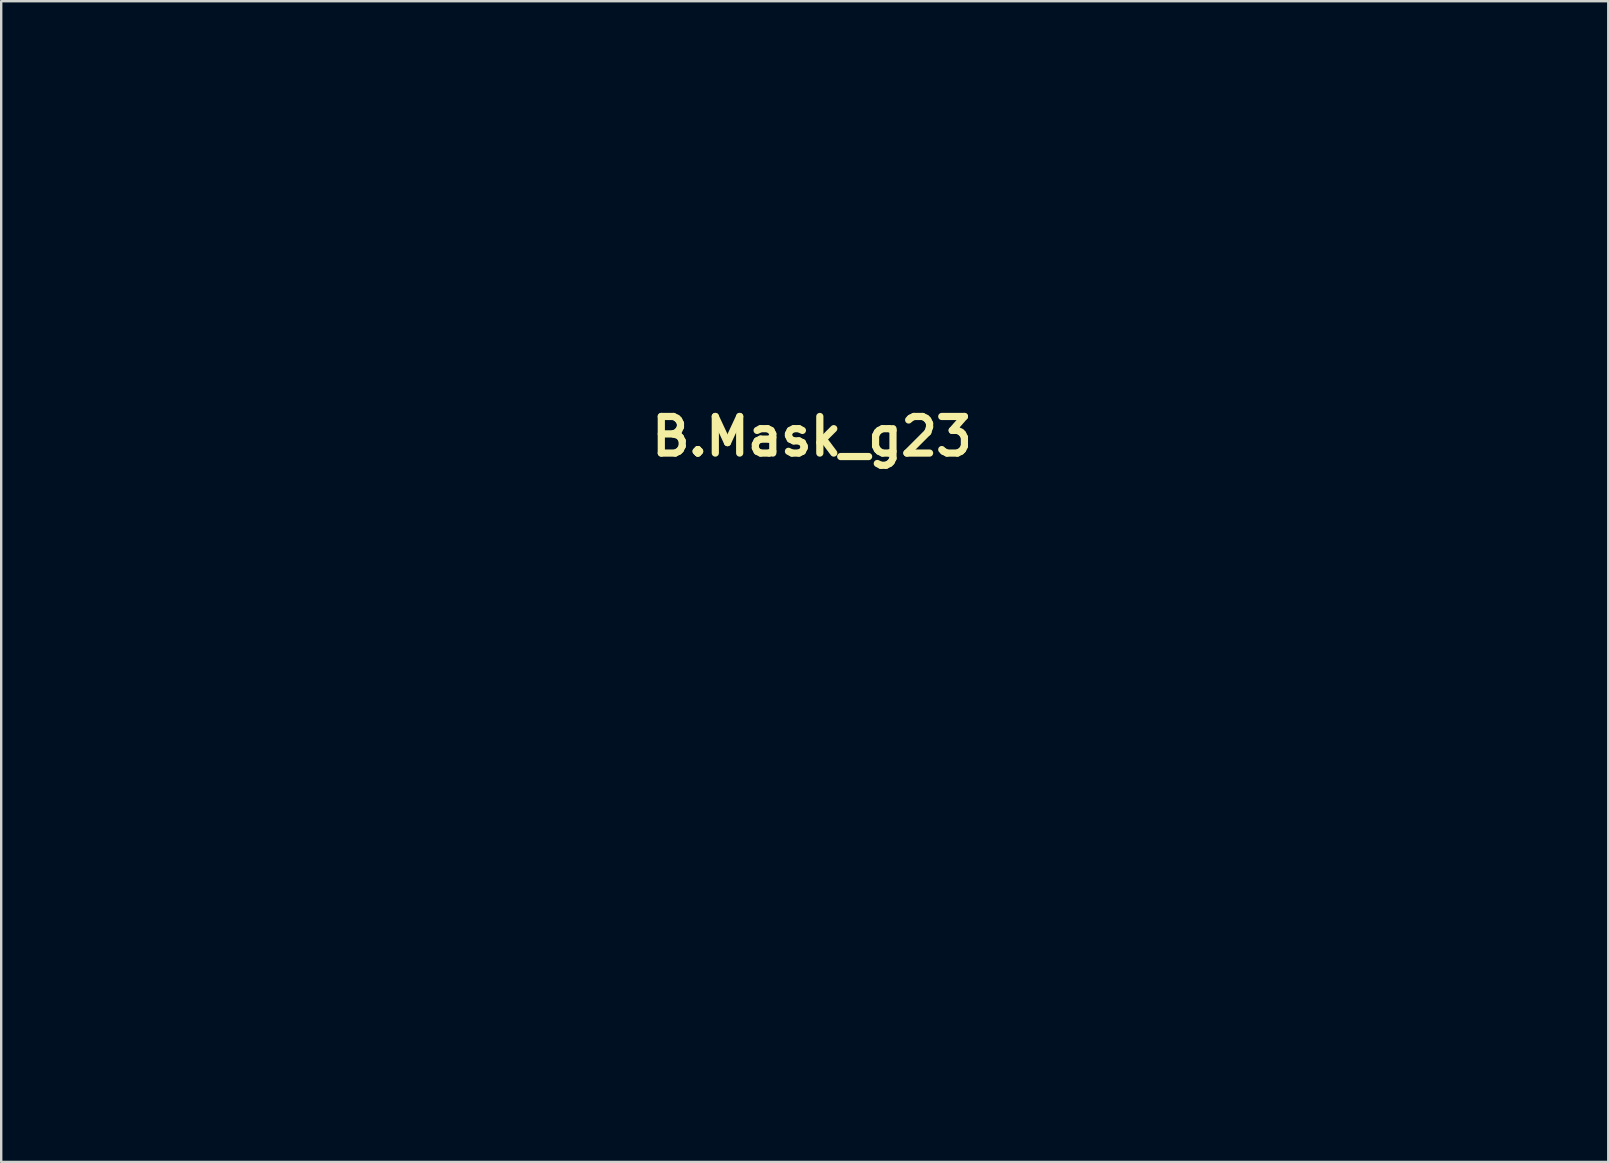
<source format=kicad_pcb>
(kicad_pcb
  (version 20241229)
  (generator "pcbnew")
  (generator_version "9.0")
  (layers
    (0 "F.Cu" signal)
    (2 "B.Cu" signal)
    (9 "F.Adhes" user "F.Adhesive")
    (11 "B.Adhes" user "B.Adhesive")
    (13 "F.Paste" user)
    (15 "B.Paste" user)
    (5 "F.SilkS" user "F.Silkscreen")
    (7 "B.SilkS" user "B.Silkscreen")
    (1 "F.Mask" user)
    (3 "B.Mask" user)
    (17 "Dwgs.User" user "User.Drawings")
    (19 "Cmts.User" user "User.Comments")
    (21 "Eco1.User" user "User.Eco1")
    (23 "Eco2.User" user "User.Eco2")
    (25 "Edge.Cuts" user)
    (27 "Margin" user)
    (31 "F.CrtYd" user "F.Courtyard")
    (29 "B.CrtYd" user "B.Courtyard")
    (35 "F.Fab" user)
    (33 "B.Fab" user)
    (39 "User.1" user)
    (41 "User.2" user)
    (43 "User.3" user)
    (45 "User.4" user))
  (footprint "B.Mask_g23"
    (layer "F.Cu")
    (at 30.777 15.135)
    (property "Reference" "B.Mask_g23" (at 0 0 0) (layer "F.SilkS") (effects (font (size 1.524 1.524) (thickness 0.3))))
    (attr through_hole)
    (fp_poly (pts (xy 15.767 4.293) (xy 15.942 4.655) (xy 16.114 5.047) (xy 16.28 5.459) (xy 16.434 5.878) (xy 16.573 6.294) (xy 16.691 6.695) (xy 16.698 6.72) (xy 16.832 7.266) (xy 16.932 7.791) (xy 16.997 8.295) (xy 17.028 8.779) (xy 17.025 9.24) (xy 16.988 9.68) (xy 16.917 10.096) (xy 16.812 10.49) (xy 16.673 10.859) (xy 16.5 11.204) (xy 16.374 11.407) (xy 16.154 11.7) (xy 15.899 11.971) (xy 15.615 12.219) (xy 15.303 12.44) (xy 14.967 12.632) (xy 14.612 12.794) (xy 14.241 12.924) (xy 13.856 13.018) (xy 13.801 13.028) (xy 13.669 13.046) (xy 13.505 13.06) (xy 13.322 13.069) (xy 13.13 13.073) (xy 12.941 13.072) (xy 12.764 13.066) (xy 12.612 13.055) (xy 12.552 13.048) (xy 12.112 12.967) (xy 11.671 12.848) (xy 11.227 12.691) (xy 10.78 12.496) (xy 10.329 12.261) (xy 9.872 11.986) (xy 9.41 11.672) (xy 8.941 11.317) (xy 8.464 10.921) (xy 8.412 10.876) (xy 8.297 10.773) (xy 8.171 10.656) (xy 8.036 10.527) (xy 7.896 10.391) (xy 7.754 10.249) (xy 7.613 10.106) (xy 7.477 9.965) (xy 7.348 9.829) (xy 7.229 9.702) (xy 7.124 9.587) (xy 7.036 9.486) (xy 6.969 9.404) (xy 6.924 9.344) (xy 6.907 9.309) (xy 6.907 9.305) (xy 6.925 9.292) (xy 6.979 9.26) (xy 7.066 9.207) (xy 7.185 9.136) (xy 7.334 9.048) (xy 7.512 8.943) (xy 7.716 8.822) (xy 7.947 8.686) (xy 8.201 8.537) (xy 8.477 8.374) (xy 8.775 8.199) (xy 9.091 8.014) (xy 9.425 7.818) (xy 9.775 7.613) (xy 10.139 7.399) (xy 10.517 7.179) (xy 10.905 6.951) (xy 11.303 6.719) (xy 11.304 6.718) (xy 15.695 4.152) (xy 15.767 4.293)) (stroke (width 0.01) (type solid)) (fill yes) (layer "B.Mask"))
    (fp_poly (pts (xy -14.35 4.442) (xy -14.295 4.459) (xy -14.214 4.489) (xy -14.114 4.53) (xy -14.021 4.569) (xy -13.943 4.603) (xy -13.866 4.636) (xy -13.787 4.671) (xy -13.701 4.708) (xy -13.606 4.749) (xy -13.497 4.797) (xy -13.372 4.852) (xy -13.225 4.915) (xy -13.054 4.99) (xy -12.856 5.076) (xy -12.625 5.177) (xy -12.361 5.292) (xy -12.281 5.327) (xy -12.166 5.377) (xy -12.017 5.442) (xy -11.839 5.519) (xy -11.635 5.608) (xy -11.408 5.707) (xy -11.16 5.815) (xy -10.895 5.93) (xy -10.617 6.051) (xy -10.327 6.177) (xy -10.03 6.307) (xy -9.728 6.438) (xy -9.425 6.57) (xy -9.123 6.701) (xy -8.826 6.831) (xy -8.537 6.956) (xy -8.259 7.078) (xy -7.995 7.193) (xy -7.748 7.3) (xy -7.521 7.399) (xy -7.317 7.487) (xy -7.14 7.564) (xy -6.993 7.628) (xy -6.878 7.678) (xy -6.869 7.682) (xy -6.751 7.734) (xy -6.601 7.799) (xy -6.428 7.874) (xy -6.239 7.956) (xy -6.04 8.042) (xy -5.84 8.129) (xy -5.647 8.214) (xy -5.646 8.214) (xy -5.474 8.289) (xy -5.315 8.36) (xy -5.172 8.424) (xy -5.05 8.481) (xy -4.954 8.527) (xy -4.886 8.561) (xy -4.851 8.581) (xy -4.847 8.584) (xy -4.859 8.61) (xy -4.892 8.665) (xy -4.943 8.743) (xy -5.008 8.84) (xy -5.083 8.949) (xy -5.165 9.065) (xy -5.25 9.184) (xy -5.334 9.3) (xy -5.407 9.398) (xy -5.807 9.907) (xy -6.214 10.382) (xy -6.627 10.823) (xy -7.046 11.23) (xy -7.469 11.6) (xy -7.894 11.934) (xy -8.321 12.23) (xy -8.749 12.487) (xy -9.177 12.706) (xy -9.603 12.884) (xy -10.026 13.021) (xy -10.128 13.047) (xy -10.374 13.1) (xy -10.639 13.14) (xy -10.91 13.167) (xy -11.174 13.179) (xy -11.42 13.176) (xy -11.557 13.165) (xy -11.974 13.101) (xy -12.381 12.994) (xy -12.779 12.847) (xy -13.028 12.732) (xy -13.289 12.591) (xy -13.52 12.445) (xy -13.733 12.284) (xy -13.911 12.128) (xy -14.176 11.855) (xy -14.409 11.552) (xy -14.613 11.22) (xy -14.786 10.861) (xy -14.928 10.475) (xy -15.04 10.061) (xy -15.121 9.621) (xy -15.171 9.156) (xy -15.191 8.666) (xy -15.179 8.151) (xy -15.136 7.612) (xy -15.062 7.05) (xy -14.956 6.465) (xy -14.899 6.198) (xy -14.865 6.05) (xy -14.824 5.887) (xy -14.778 5.712) (xy -14.728 5.53) (xy -14.676 5.347) (xy -14.624 5.168) (xy -14.572 4.997) (xy -14.523 4.84) (xy -14.478 4.702) (xy -14.438 4.587) (xy -14.405 4.501) (xy -14.381 4.45) (xy -14.374 4.439) (xy -14.35 4.442)) (stroke (width 0.01) (type solid)) (fill yes) (layer "B.Mask"))
    (fp_poly (pts (xy -6.247 20.47) (xy -6.21 20.517) (xy -6.154 20.589) (xy -6.086 20.679) (xy -6.007 20.785) (xy -5.967 20.839) (xy -5.781 21.089) (xy -5.589 21.344) (xy -5.395 21.6) (xy -5.203 21.851) (xy -5.015 22.094) (xy -4.836 22.324) (xy -4.668 22.535) (xy -4.516 22.725) (xy -4.382 22.888) (xy -4.299 22.987) (xy -4.146 23.167) (xy -4.227 23.238) (xy -4.34 23.332) (xy -4.469 23.43) (xy -4.606 23.528) (xy -4.742 23.619) (xy -4.87 23.698) (xy -4.983 23.761) (xy -5.072 23.803) (xy -5.083 23.807) (xy -5.138 23.83) (xy -5.17 23.85) (xy -5.174 23.858) (xy -5.177 23.881) (xy -5.191 23.94) (xy -5.214 24.027) (xy -5.245 24.139) (xy -5.282 24.268) (xy -5.315 24.383) (xy -5.356 24.523) (xy -5.391 24.65) (xy -5.42 24.757) (xy -5.441 24.839) (xy -5.452 24.891) (xy -5.453 24.907) (xy -5.427 24.915) (xy -5.369 24.922) (xy -5.291 24.928) (xy -5.263 24.93) (xy -5.115 24.929) (xy -4.963 24.908) (xy -4.805 24.866) (xy -4.637 24.803) (xy -4.458 24.715) (xy -4.263 24.603) (xy -4.051 24.464) (xy -3.819 24.297) (xy -3.563 24.101) (xy -3.36 23.938) (xy -3.337 23.916) (xy -3.334 23.894) (xy -3.356 23.861) (xy -3.38 23.833) (xy -3.44 23.761) (xy -3.365 23.805) (xy -3.168 23.919) (xy -2.934 24.044) (xy -2.67 24.179) (xy -2.381 24.321) (xy -2.07 24.468) (xy -1.742 24.617) (xy -1.403 24.767) (xy -1.057 24.915) (xy -0.709 25.06) (xy -0.455 25.162) (xy -0.35 25.204) (xy -0.26 25.241) (xy -0.19 25.271) (xy -0.149 25.29) (xy -0.142 25.294) (xy -0.15 25.312) (xy -0.192 25.348) (xy -0.262 25.4) (xy -0.358 25.464) (xy -0.474 25.539) (xy -0.607 25.623) (xy -0.753 25.711) (xy -0.908 25.803) (xy -1.067 25.896) (xy -1.227 25.986) (xy -1.384 26.072) (xy -1.533 26.152) (xy -1.545 26.158) (xy -2.082 26.421) (xy -2.607 26.648) (xy -3.119 26.838) (xy -3.617 26.99) (xy -4.1 27.105) (xy -4.566 27.182) (xy -4.717 27.199) (xy -4.884 27.211) (xy -5.073 27.217) (xy -5.269 27.217) (xy -5.459 27.211) (xy -5.631 27.2) (xy -5.736 27.188) (xy -6.118 27.116) (xy -6.476 27.009) (xy -6.812 26.866) (xy -7.125 26.688) (xy -7.415 26.473) (xy -7.618 26.289) (xy -7.848 26.036) (xy -8.037 25.771) (xy -8.187 25.493) (xy -8.298 25.199) (xy -8.372 24.888) (xy -8.374 24.871) (xy -8.392 24.709) (xy -8.399 24.521) (xy -8.395 24.319) (xy -8.381 24.118) (xy -8.357 23.932) (xy -8.341 23.848) (xy -8.241 23.463) (xy -8.099 23.069) (xy -7.917 22.668) (xy -7.694 22.259) (xy -7.432 21.845) (xy -7.139 21.436) (xy -7.054 21.326) (xy -6.958 21.207) (xy -6.856 21.084) (xy -6.751 20.961) (xy -6.648 20.842) (xy -6.549 20.731) (xy -6.46 20.633) (xy -6.382 20.552) (xy -6.321 20.493) (xy -6.28 20.458) (xy -6.264 20.452) (xy -6.247 20.47)) (stroke (width 0.01) (type solid)) (fill yes) (layer "B.Mask"))
    (fp_poly (pts (xy -1.784 -11.517) (xy -1.758 -11.483) (xy -1.722 -11.429) (xy -1.674 -11.352) (xy -1.612 -11.25) (xy -1.536 -11.12) (xy -1.443 -10.959) (xy -1.332 -10.765) (xy -1.249 -10.62) (xy -0.714 -9.681) (xy 0.315 -9.43) (xy 0.517 -9.381) (xy 0.707 -9.334) (xy 0.881 -9.291) (xy 1.035 -9.253) (xy 1.165 -9.221) (xy 1.266 -9.195) (xy 1.334 -9.177) (xy 1.367 -9.168) (xy 1.369 -9.167) (xy 1.36 -9.149) (xy 1.325 -9.102) (xy 1.264 -9.029) (xy 1.18 -8.931) (xy 1.075 -8.81) (xy 0.95 -8.67) (xy 0.808 -8.511) (xy 0.665 -8.353) (xy 0.524 -8.198) (xy 0.392 -8.052) (xy 0.271 -7.919) (xy 0.165 -7.802) (xy 0.076 -7.703) (xy 0.007 -7.625) (xy -0.04 -7.572) (xy -0.062 -7.547) (xy -0.064 -7.545) (xy -0.062 -7.523) (xy -0.058 -7.463) (xy -0.051 -7.369) (xy -0.041 -7.245) (xy -0.03 -7.096) (xy -0.018 -6.925) (xy -0.004 -6.738) (xy 0.011 -6.547) (xy 0.029 -6.296) (xy 0.045 -6.085) (xy 0.057 -5.909) (xy 0.067 -5.765) (xy 0.075 -5.651) (xy 0.079 -5.563) (xy 0.082 -5.498) (xy 0.082 -5.452) (xy 0.081 -5.422) (xy 0.077 -5.406) (xy 0.072 -5.399) (xy 0.069 -5.398) (xy 0.047 -5.407) (xy -0.01 -5.432) (xy -0.097 -5.47) (xy -0.212 -5.521) (xy -0.351 -5.584) (xy -0.509 -5.655) (xy -0.683 -5.733) (xy -0.87 -5.818) (xy -0.9 -5.831) (xy -1.088 -5.917) (xy -1.266 -5.997) (xy -1.428 -6.069) (xy -1.572 -6.133) (xy -1.693 -6.186) (xy -1.788 -6.227) (xy -1.852 -6.253) (xy -1.883 -6.264) (xy -1.884 -6.265) (xy -1.909 -6.257) (xy -1.97 -6.235) (xy -2.062 -6.199) (xy -2.181 -6.152) (xy -2.325 -6.095) (xy -2.488 -6.03) (xy -2.667 -5.957) (xy -2.858 -5.879) (xy -2.898 -5.863) (xy -3.09 -5.785) (xy -3.271 -5.712) (xy -3.435 -5.645) (xy -3.58 -5.588) (xy -3.701 -5.54) (xy -3.796 -5.503) (xy -3.86 -5.48) (xy -3.889 -5.471) (xy -3.89 -5.471) (xy -3.889 -5.492) (xy -3.885 -5.551) (xy -3.876 -5.643) (xy -3.865 -5.761) (xy -3.851 -5.902) (xy -3.834 -6.061) (xy -3.817 -6.232) (xy -3.798 -6.411) (xy -3.778 -6.592) (xy -3.759 -6.772) (xy -3.74 -6.944) (xy -3.722 -7.105) (xy -3.706 -7.248) (xy -3.692 -7.37) (xy -3.681 -7.465) (xy -3.672 -7.529) (xy -3.67 -7.547) (xy -3.669 -7.563) (xy -3.673 -7.583) (xy -3.685 -7.609) (xy -3.706 -7.643) (xy -3.738 -7.69) (xy -3.785 -7.75) (xy -3.847 -7.828) (xy -3.927 -7.926) (xy -4.028 -8.047) (xy -4.151 -8.193) (xy -4.299 -8.368) (xy -4.353 -8.432) (xy -4.489 -8.592) (xy -4.615 -8.742) (xy -4.731 -8.88) (xy -4.833 -9.001) (xy -4.919 -9.104) (xy -4.986 -9.184) (xy -5.031 -9.239) (xy -5.052 -9.265) (xy -5.054 -9.267) (xy -5.035 -9.274) (xy -4.978 -9.289) (xy -4.888 -9.31) (xy -4.768 -9.337) (xy -4.622 -9.369) (xy -4.455 -9.404) (xy -4.269 -9.444) (xy -4.07 -9.485) (xy -4.038 -9.492) (xy -3.834 -9.533) (xy -3.643 -9.573) (xy -3.467 -9.61) (xy -3.312 -9.643) (xy -3.181 -9.671) (xy -3.078 -9.693) (xy -3.008 -9.708) (xy -2.975 -9.716) (xy -2.973 -9.717) (xy -2.952 -9.739) (xy -2.91 -9.795) (xy -2.849 -9.885) (xy -2.769 -10.005) (xy -2.673 -10.155) (xy -2.56 -10.333) (xy -2.433 -10.537) (xy -2.383 -10.618) (xy -2.274 -10.794) (xy -2.172 -10.96) (xy -2.077 -11.111) (xy -1.994 -11.245) (xy -1.923 -11.357) (xy -1.867 -11.445) (xy -1.829 -11.504) (xy -1.811 -11.531) (xy -1.81 -11.532) (xy -1.801 -11.532) (xy -1.784 -11.517)) (stroke (width 0.01) (type solid)) (fill yes) (layer "B.Mask"))
    (fp_poly (pts (xy -15.706 -15.13) (xy -15.44 -15.13) (xy -15.207 -15.129) (xy -15.004 -15.128) (xy -14.83 -15.127) (xy -14.684 -15.125) (xy -14.562 -15.124) (xy -14.465 -15.121) (xy -14.39 -15.119) (xy -14.335 -15.116) (xy -14.298 -15.113) (xy -14.279 -15.11) (xy -14.275 -15.108) (xy -14.261 -15.085) (xy -14.227 -15.029) (xy -14.176 -14.943) (xy -14.109 -14.829) (xy -14.028 -14.691) (xy -13.936 -14.532) (xy -13.834 -14.355) (xy -13.723 -14.164) (xy -13.606 -13.961) (xy -13.569 -13.896) (xy -13.449 -13.688) (xy -13.335 -13.49) (xy -13.227 -13.304) (xy -13.129 -13.134) (xy -13.041 -12.983) (xy -12.966 -12.854) (xy -12.906 -12.751) (xy -12.863 -12.677) (xy -12.838 -12.636) (xy -12.835 -12.631) (xy -12.784 -12.552) (xy 5.975 -12.552) (xy 24.733 -12.551) (xy 27.119 -8.419) (xy 29.504 -4.286) (xy 27.144 -4.265) (xy 28.087 -2.633) (xy 28.256 -2.342) (xy 28.43 -2.043) (xy 28.608 -1.739) (xy 28.788 -1.434) (xy 28.967 -1.131) (xy 29.143 -0.835) (xy 29.313 -0.549) (xy 29.477 -0.277) (xy 29.631 -0.022) (xy 29.773 0.213) (xy 29.901 0.423) (xy 30.014 0.605) (xy 30.108 0.755) (xy 30.137 0.799) (xy 30.167 0.847) (xy 23.245 0.847) (xy 21.841 -1.587) (xy 20.436 -4.021) (xy 15.743 -4.021) (xy 15.3 -4.021) (xy 14.869 -4.021) (xy 14.451 -4.021) (xy 14.048 -4.021) (xy 13.662 -4.02) (xy 13.295 -4.02) (xy 12.949 -4.019) (xy 12.625 -4.019) (xy 12.326 -4.018) (xy 12.054 -4.017) (xy 11.81 -4.017) (xy 11.597 -4.016) (xy 11.415 -4.015) (xy 11.268 -4.014) (xy 11.157 -4.013) (xy 11.084 -4.012) (xy 11.051 -4.011) (xy 11.049 -4.011) (xy 11.059 -3.991) (xy 11.09 -3.937) (xy 11.139 -3.851) (xy 11.205 -3.735) (xy 11.288 -3.591) (xy 11.386 -3.42) (xy 11.497 -3.226) (xy 11.621 -3.011) (xy 11.756 -2.776) (xy 11.902 -2.524) (xy 12.056 -2.257) (xy 12.217 -1.976) (xy 12.385 -1.685) (xy 12.435 -1.598) (xy 12.605 -1.305) (xy 12.769 -1.021) (xy 12.925 -0.75) (xy 13.073 -0.493) (xy 13.211 -0.253) (xy 13.339 -0.031) (xy 13.454 0.169) (xy 13.556 0.347) (xy 13.643 0.499) (xy 13.714 0.624) (xy 13.769 0.719) (xy 13.805 0.783) (xy 13.821 0.812) (xy 13.822 0.814) (xy 13.801 0.815) (xy 13.738 0.815) (xy 13.636 0.816) (xy 13.493 0.816) (xy 13.313 0.817) (xy 13.095 0.817) (xy 12.84 0.818) (xy 12.55 0.818) (xy 12.225 0.819) (xy 11.866 0.819) (xy 11.475 0.82) (xy 11.053 0.82) (xy 10.599 0.821) (xy 10.116 0.821) (xy 9.604 0.821) (xy 9.064 0.822) (xy 8.497 0.822) (xy 7.905 0.823) (xy 7.287 0.823) (xy 6.646 0.823) (xy 5.981 0.823) (xy 5.295 0.824) (xy 4.587 0.824) (xy 3.86 0.824) (xy 3.113 0.825) (xy 2.348 0.825) (xy 1.566 0.825) (xy 0.768 0.825) (xy -0.045 0.825) (xy -0.873 0.825) (xy -1.714 0.825) (xy -2.567 0.825) (xy -3.432 0.825) (xy -4.307 0.825) (xy -4.323 0.826) (xy -22.468 0.826) (xy -26.62 -6.366) (xy -30.463 -13.021) (xy -29.824 -13.021) (xy -29.813 -13.001) (xy -29.782 -12.946) (xy -29.732 -12.858) (xy -29.662 -12.736) (xy -29.575 -12.583) (xy -29.469 -12.399) (xy -29.348 -12.187) (xy -29.21 -11.947) (xy -29.057 -11.681) (xy -28.889 -11.39) (xy -28.708 -11.075) (xy -28.514 -10.738) (xy -28.307 -10.38) (xy -28.089 -10.002) (xy -27.861 -9.605) (xy -27.622 -9.191) (xy -27.374 -8.761) (xy -27.118 -8.317) (xy -26.854 -7.859) (xy -26.582 -7.389) (xy -26.305 -6.908) (xy -26.022 -6.418) (xy -25.994 -6.369) (xy -22.164 0.265) (xy -4.638 0.27) (xy 12.888 0.275) (xy 12.617 -0.196) (xy 12.568 -0.28) (xy 12.5 -0.398) (xy 12.414 -0.546) (xy 12.313 -0.722) (xy 12.198 -0.921) (xy 12.071 -1.14) (xy 11.935 -1.377) (xy 11.79 -1.629) (xy 11.638 -1.891) (xy 11.482 -2.161) (xy 11.324 -2.435) (xy 11.221 -2.614) (xy 10.096 -4.561) (xy 15.414 -4.567) (xy 15.994 -4.567) (xy 16.534 -4.568) (xy 17.033 -4.568) (xy 17.495 -4.568) (xy 17.919 -4.568) (xy 18.308 -4.568) (xy 18.662 -4.568) (xy 18.983 -4.567) (xy 19.273 -4.567) (xy 19.532 -4.566) (xy 19.762 -4.565) (xy 19.964 -4.564) (xy 20.14 -4.563) (xy 20.291 -4.562) (xy 20.418 -4.56) (xy 20.523 -4.558) (xy 20.606 -4.556) (xy 20.669 -4.554) (xy 20.715 -4.551) (xy 20.743 -4.549) (xy 20.755 -4.546) (xy 20.755 -4.546) (xy 20.769 -4.524) (xy 20.802 -4.468) (xy 20.853 -4.38) (xy 20.923 -4.262) (xy 21.008 -4.116) (xy 21.108 -3.944) (xy 21.221 -3.749) (xy 21.346 -3.532) (xy 21.483 -3.296) (xy 21.629 -3.043) (xy 21.784 -2.775) (xy 21.946 -2.494) (xy 22.113 -2.203) (xy 22.151 -2.138) (xy 22.32 -1.845) (xy 22.483 -1.562) (xy 22.639 -1.291) (xy 22.787 -1.035) (xy 22.926 -0.795) (xy 23.054 -0.573) (xy 23.17 -0.373) (xy 23.272 -0.196) (xy 23.36 -0.044) (xy 23.433 0.081) (xy 23.488 0.176) (xy 23.525 0.239) (xy 23.542 0.268) (xy 23.543 0.27) (xy 23.554 0.274) (xy 23.582 0.277) (xy 23.628 0.281) (xy 23.695 0.283) (xy 23.783 0.286) (xy 23.896 0.288) (xy 24.034 0.29) (xy 24.2 0.292) (xy 24.395 0.293) (xy 24.621 0.294) (xy 24.88 0.295) (xy 25.174 0.295) (xy 25.505 0.296) (xy 25.873 0.296) (xy 26.282 0.296) (xy 26.379 0.296) (xy 29.194 0.296) (xy 29.163 0.249) (xy 29.093 0.139) (xy 29.003 -0.006) (xy 28.893 -0.185) (xy 28.765 -0.399) (xy 28.619 -0.645) (xy 28.455 -0.922) (xy 28.274 -1.229) (xy 28.077 -1.566) (xy 27.865 -1.93) (xy 27.638 -2.322) (xy 27.396 -2.739) (xy 27.35 -2.82) (xy 27.196 -3.087) (xy 27.048 -3.343) (xy 26.908 -3.586) (xy 26.776 -3.815) (xy 26.655 -4.026) (xy 26.545 -4.217) (xy 26.448 -4.386) (xy 26.365 -4.53) (xy 26.298 -4.648) (xy 26.248 -4.736) (xy 26.216 -4.792) (xy 26.204 -4.815) (xy 26.204 -4.815) (xy 26.225 -4.817) (xy 26.284 -4.819) (xy 26.378 -4.821) (xy 26.502 -4.822) (xy 26.654 -4.824) (xy 26.829 -4.825) (xy 27.024 -4.825) (xy 27.234 -4.826) (xy 27.379 -4.826) (xy 27.598 -4.826) (xy 27.803 -4.827) (xy 27.991 -4.828) (xy 28.158 -4.83) (xy 28.301 -4.832) (xy 28.415 -4.834) (xy 28.497 -4.837) (xy 28.543 -4.84) (xy 28.552 -4.842) (xy 28.542 -4.862) (xy 28.511 -4.916) (xy 28.461 -5.004) (xy 28.393 -5.123) (xy 28.308 -5.271) (xy 28.206 -5.448) (xy 28.09 -5.65) (xy 27.959 -5.877) (xy 27.816 -6.126) (xy 27.66 -6.396) (xy 27.493 -6.685) (xy 27.317 -6.991) (xy 27.131 -7.313) (xy 26.938 -7.648) (xy 26.737 -7.995) (xy 26.53 -8.353) (xy 26.483 -8.435) (xy 24.415 -12.012) (xy 5.65 -12.017) (xy -13.116 -12.023) (xy -13.855 -13.303) (xy -14.594 -14.584) (xy -17.248 -14.584) (xy -17.651 -14.584) (xy -18.014 -14.584) (xy -18.338 -14.583) (xy -18.626 -14.582) (xy -18.878 -14.582) (xy -19.098 -14.581) (xy -19.286 -14.579) (xy -19.445 -14.578) (xy -19.576 -14.576) (xy -19.682 -14.574) (xy -19.764 -14.571) (xy -19.824 -14.568) (xy -19.864 -14.565) (xy -19.886 -14.561) (xy -19.891 -14.557) (xy -19.878 -14.534) (xy -19.847 -14.478) (xy -19.799 -14.393) (xy -19.736 -14.284) (xy -19.662 -14.154) (xy -19.578 -14.008) (xy -19.487 -13.85) (xy -19.455 -13.794) (xy -19.362 -13.633) (xy -19.276 -13.484) (xy -19.2 -13.351) (xy -19.134 -13.237) (xy -19.083 -13.146) (xy -19.048 -13.083) (xy -19.03 -13.051) (xy -19.029 -13.048) (xy -19.05 -13.047) (xy -19.111 -13.046) (xy -19.211 -13.045) (xy -19.349 -13.045) (xy -19.521 -13.044) (xy -19.727 -13.043) (xy -19.965 -13.043) (xy -20.232 -13.042) (xy -20.528 -13.042) (xy -20.85 -13.041) (xy -21.196 -13.041) (xy -21.566 -13.04) (xy -21.956 -13.04) (xy -22.366 -13.039) (xy -22.793 -13.039) (xy -23.236 -13.039) (xy -23.693 -13.039) (xy -24.162 -13.039) (xy -24.426 -13.039) (xy -24.901 -13.039) (xy -25.365 -13.038) (xy -25.816 -13.038) (xy -26.252 -13.038) (xy -26.672 -13.037) (xy -27.073 -13.036) (xy -27.454 -13.036) (xy -27.814 -13.035) (xy -28.15 -13.034) (xy -28.46 -13.033) (xy -28.744 -13.031) (xy -28.998 -13.03) (xy -29.222 -13.029) (xy -29.413 -13.028) (xy -29.57 -13.026) (xy -29.691 -13.025) (xy -29.774 -13.023) (xy -29.817 -13.022) (xy -29.824 -13.021) (xy -30.463 -13.021) (xy -30.772 -13.557) (xy -25.393 -13.562) (xy -24.918 -13.563) (xy -24.455 -13.564) (xy -24.004 -13.564) (xy -23.568 -13.565) (xy -23.148 -13.565) (xy -22.746 -13.566) (xy -22.365 -13.567) (xy -22.005 -13.568) (xy -21.668 -13.569) (xy -21.357 -13.57) (xy -21.073 -13.57) (xy -20.818 -13.571) (xy -20.594 -13.572) (xy -20.402 -13.573) (xy -20.244 -13.574) (xy -20.123 -13.575) (xy -20.039 -13.576) (xy -19.995 -13.577) (xy -19.988 -13.577) (xy -19.992 -13.597) (xy -20.017 -13.652) (xy -20.061 -13.738) (xy -20.123 -13.853) (xy -20.202 -13.996) (xy -20.297 -14.164) (xy -20.406 -14.354) (xy -20.407 -14.355) (xy -20.85 -15.124) (xy -17.575 -15.129) (xy -17.123 -15.13) (xy -16.712 -15.13) (xy -16.34 -15.13) (xy -16.005 -15.13) (xy -15.706 -15.13)) (stroke (width 0.01) (type solid)) (fill yes) (layer "B.Mask")))
  (gr_rect
    (start -3 -3)
    (end 63.95 45.357)
    (stroke (width 0.1) (type default))
    (fill no)
    (layer "Edge.Cuts")))
</source>
